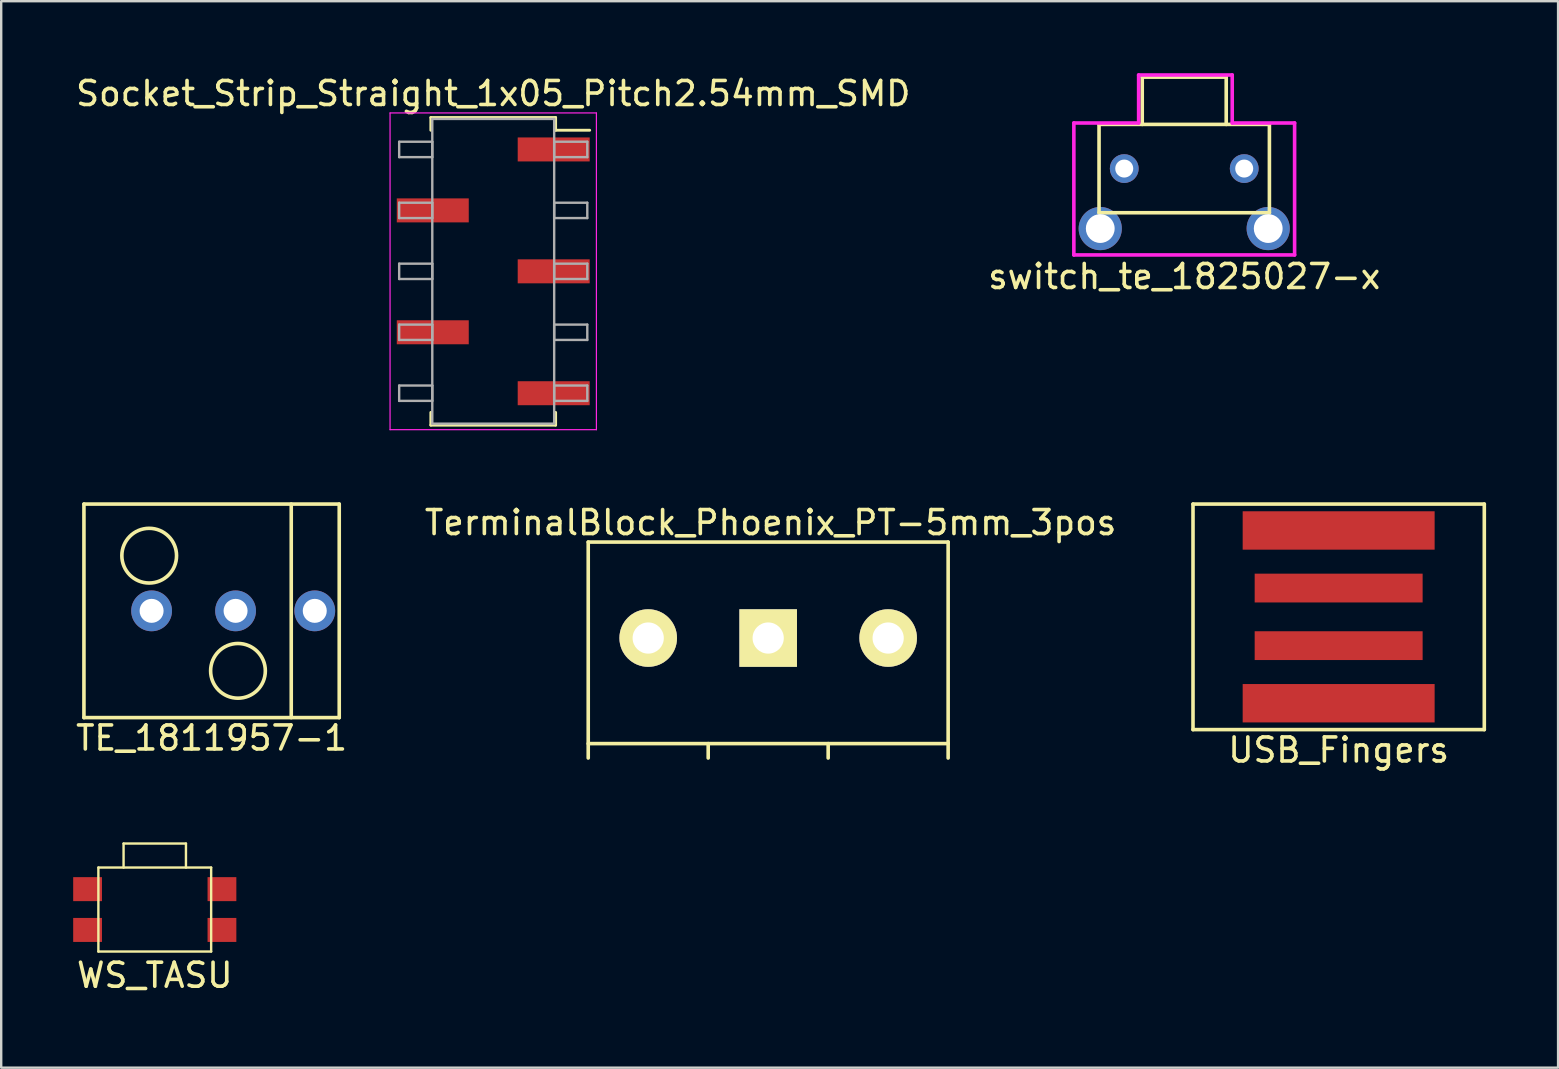
<source format=kicad_pcb>
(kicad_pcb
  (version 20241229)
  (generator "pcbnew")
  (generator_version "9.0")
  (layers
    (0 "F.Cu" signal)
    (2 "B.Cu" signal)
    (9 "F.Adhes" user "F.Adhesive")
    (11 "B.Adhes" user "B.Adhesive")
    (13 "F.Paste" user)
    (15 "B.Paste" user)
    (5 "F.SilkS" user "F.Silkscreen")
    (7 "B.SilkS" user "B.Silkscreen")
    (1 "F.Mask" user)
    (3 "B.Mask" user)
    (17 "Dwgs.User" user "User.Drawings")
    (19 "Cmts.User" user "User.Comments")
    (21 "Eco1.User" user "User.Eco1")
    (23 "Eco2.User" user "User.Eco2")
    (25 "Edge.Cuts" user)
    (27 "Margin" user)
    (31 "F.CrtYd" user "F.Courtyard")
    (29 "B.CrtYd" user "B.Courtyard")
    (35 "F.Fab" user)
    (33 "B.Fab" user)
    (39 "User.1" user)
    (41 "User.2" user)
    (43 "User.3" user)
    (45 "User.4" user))
  (footprint "TerminalBlock_Phoenix_PT-5mm_3pos"
    (layer "F.Cu")
    (at 23.965 23.541)
    (property "Reference" "TerminalBlock_Phoenix_PT-5mm_3pos" (at 5.1 -4.81 0) (layer "F.SilkS") (effects (font (size 1 1) (thickness 0.15))))
    (attr through_hole)
    (fp_line (start -2.5 -4) (end -2.5 5) (stroke (width 0.15) (type solid)) (layer "F.SilkS"))
    (fp_line (start -2.5 4.4) (end 12.5 4.4) (stroke (width 0.15) (type solid)) (layer "F.SilkS"))
    (fp_line (start 2.5 4.4) (end 2.5 5) (stroke (width 0.15) (type solid)) (layer "F.SilkS"))
    (fp_line (start 7.5 4.4) (end 7.5 5) (stroke (width 0.15) (type solid)) (layer "F.SilkS"))
    (fp_line (start 12.5 -4) (end -2.5 -4) (stroke (width 0.15) (type solid)) (layer "F.SilkS"))
    (fp_line (start 12.5 5) (end 12.5 -4) (stroke (width 0.15) (type solid)) (layer "F.SilkS"))
    (pad "1" thru_hole circle (at 0 0) (size 2.4 2.4) (drill 1.3) (layers "*.Cu" "*.Mask" "F.SilkS"))
    (pad "2" thru_hole rect (at 5 0) (size 2.4 2.4) (drill 1.3) (layers "*.Cu" "*.Mask" "F.SilkS"))
    (pad "3" thru_hole circle (at 10 0) (size 2.4 2.4) (drill 1.3) (layers "*.Cu" "*.Mask" "F.SilkS")))
  (footprint "USB_Fingers"
    (layer "F.Cu")
    (at 52.74 22.658)
    (property "Reference" "USB_Fingers" (at 0 5.55 0) (layer "F.SilkS") (effects (font (size 1 1) (thickness 0.15))))
    (attr through_hole)
    (fp_line (start -6.07 -4.7) (end 6.07 -4.7) (stroke (width 0.15) (type solid)) (layer "F.SilkS"))
    (fp_line (start -6.07 4.7) (end -6.07 -4.7) (stroke (width 0.15) (type solid)) (layer "F.SilkS"))
    (fp_line (start 6.07 -4.7) (end 6.07 4.7) (stroke (width 0.15) (type solid)) (layer "F.SilkS"))
    (fp_line (start 6.07 4.7) (end -6.07 4.7) (stroke (width 0.15) (type solid)) (layer "F.SilkS"))
    (pad "1" smd rect (at 0 -3.6) (size 8 1.6) (layers "F.Cu" "F.Mask" "F.Paste"))
    (pad "2" smd rect (at 0 -1.2) (size 7 1.2) (layers "F.Cu" "F.Mask" "F.Paste"))
    (pad "3" smd rect (at 0 1.2) (size 7 1.2) (layers "F.Cu" "F.Mask" "F.Paste"))
    (pad "4" smd rect (at 0 3.6) (size 8 1.6) (layers "F.Cu" "F.Mask" "F.Paste")))
  (footprint "WS_TASU"
    (layer "F.Cu")
    (at 3.4 34.856)
    (property "Reference" "WS_TASU" (at 0 2.74 0) (layer "F.SilkS") (effects (font (size 1 1) (thickness 0.15))))
    (attr through_hole)
    (fp_line (start -2.35 -1.75) (end 2.35 -1.75) (stroke (width 0.1) (type solid)) (layer "F.SilkS"))
    (fp_line (start -2.35 1.75) (end -2.35 -1.75) (stroke (width 0.1) (type solid)) (layer "F.SilkS"))
    (fp_line (start -1.3 -2.75) (end 1.3 -2.75) (stroke (width 0.1) (type solid)) (layer "F.SilkS"))
    (fp_line (start -1.3 -1.75) (end -1.3 -2.75) (stroke (width 0.1) (type solid)) (layer "F.SilkS"))
    (fp_line (start 1.3 -2.75) (end 1.3 -1.75) (stroke (width 0.1) (type solid)) (layer "F.SilkS"))
    (fp_line (start 2.35 -1.75) (end 2.35 1.75) (stroke (width 0.1) (type solid)) (layer "F.SilkS"))
    (fp_line (start 2.35 1.75) (end -2.35 1.75) (stroke (width 0.1) (type solid)) (layer "F.SilkS"))
    (pad "1" smd rect (at -2.8 -0.85) (size 1.2 1) (layers "F.Cu" "F.Mask" "F.Paste"))
    (pad "1" smd rect (at 2.8 -0.85) (size 1.2 1) (layers "F.Cu" "F.Mask" "F.Paste"))
    (pad "2" smd rect (at -2.8 0.85) (size 1.2 1) (layers "F.Cu" "F.Mask" "F.Paste"))
    (pad "2" smd rect (at 2.8 0.85) (size 1.2 1) (layers "F.Cu" "F.Mask" "F.Paste")))
  (footprint "TE_1811957-1"
    (layer "F.Cu")
    (at 5.768 22.408)
    (property "Reference" "TE_1811957-1" (at 0 5.3 0) (layer "F.SilkS") (effects (font (size 1 1) (thickness 0.15))))
    (attr through_hole)
    (fp_line (start -5.32 -4.45) (end 5.32 -4.45) (stroke (width 0.15) (type solid)) (layer "F.SilkS"))
    (fp_line (start -5.32 4.45) (end -5.32 -4.45) (stroke (width 0.15) (type solid)) (layer "F.SilkS"))
    (fp_line (start 3.32 4.45) (end 3.32 -4.45) (stroke (width 0.15) (type solid)) (layer "F.SilkS"))
    (fp_line (start 5.32 -4.45) (end 5.32 4.45) (stroke (width 0.15) (type solid)) (layer "F.SilkS"))
    (fp_line (start 5.32 4.45) (end -5.32 4.45) (stroke (width 0.15) (type solid)) (layer "F.SilkS"))
    (fp_circle (center -2.6 -2.3) (end -3.3 -3.2) (stroke (width 0.15) (type solid)) (fill no) (layer "F.SilkS"))
    (fp_circle (center 1.1 2.5) (end 0.4 1.6) (stroke (width 0.15) (type solid)) (fill no) (layer "F.SilkS"))
    (pad "1" thru_hole circle (at -2.5 0) (size 1.7 1.7) (drill 1) (layers "*.Cu" "*.Mask"))
    (pad "2" thru_hole circle (at 1 0) (size 1.7 1.7) (drill 1) (layers "*.Cu" "*.Mask"))
    (pad "3" thru_hole circle (at 4.3 0) (size 1.7 1.7) (drill 1) (layers "*.Cu" "*.Mask")))
  (footprint "switch_te_1825027-x"
    (layer "F.Cu")
    (at 46.304 3.975)
    (property "Reference" "switch_te_1825027-x" (at 0 4.5 0) (layer "F.SilkS") (effects (font (size 1 1) (thickness 0.15))))
    (attr through_hole)
    (fp_line (start -3.55 -1.84) (end -3.55 1.84) (stroke (width 0.15) (type solid)) (layer "F.SilkS"))
    (fp_line (start -3.55 1.84) (end 3.55 1.84) (stroke (width 0.15) (type solid)) (layer "F.SilkS"))
    (fp_line (start -1.75 -3.81) (end 1.75 -3.81) (stroke (width 0.15) (type solid)) (layer "F.SilkS"))
    (fp_line (start -1.75 -1.84) (end -1.75 -3.81) (stroke (width 0.15) (type solid)) (layer "F.SilkS"))
    (fp_line (start 1.75 -3.81) (end 1.75 -1.84) (stroke (width 0.15) (type solid)) (layer "F.SilkS"))
    (fp_line (start 3.55 -1.84) (end -3.55 -1.84) (stroke (width 0.15) (type solid)) (layer "F.SilkS"))
    (fp_line (start 3.55 1.84) (end 3.55 -1.84) (stroke (width 0.15) (type solid)) (layer "F.SilkS"))
    (fp_line (start -4.6 -1.9) (end -4.6 3.6) (stroke (width 0.15) (type solid)) (layer "F.CrtYd"))
    (fp_line (start -4.6 3.6) (end 4.6 3.6) (stroke (width 0.15) (type solid)) (layer "F.CrtYd"))
    (fp_line (start -1.9 -3.9) (end -1.9 -1.9) (stroke (width 0.15) (type solid)) (layer "F.CrtYd"))
    (fp_line (start -1.9 -1.9) (end -4.6 -1.9) (stroke (width 0.15) (type solid)) (layer "F.CrtYd"))
    (fp_line (start 2 -3.9) (end -1.9 -3.9) (stroke (width 0.15) (type solid)) (layer "F.CrtYd"))
    (fp_line (start 2 -1.9) (end 2 -3.9) (stroke (width 0.15) (type solid)) (layer "F.CrtYd"))
    (fp_line (start 4.6 -1.9) (end 2 -1.9) (stroke (width 0.15) (type solid)) (layer "F.CrtYd"))
    (fp_line (start 4.6 3.6) (end 4.6 -1.9) (stroke (width 0.15) (type solid)) (layer "F.CrtYd"))
    (pad "1" thru_hole circle (at 2.5 0) (size 1.2 1.2) (drill 0.75) (layers "*.Cu" "*.Mask"))
    (pad "2" thru_hole circle (at -2.5 0) (size 1.2 1.2) (drill 0.75) (layers "*.Cu" "*.Mask"))
    (pad "S" thru_hole circle (at -3.5 2.5) (size 1.8 1.8) (drill 1.2) (layers "*.Cu" "*.Mask"))
    (pad "S" thru_hole circle (at 3.5 2.5) (size 1.8 1.8) (drill 1.2) (layers "*.Cu" "*.Mask")))
  (footprint "Socket_Strip_Straight_1x05_Pitch2.54mm_SMD"
    (layer "F.Cu")
    (at 17.506 8.258)
    (property "Reference" "Socket_Strip_Straight_1x05_Pitch2.54mm_SMD" (at 0 -7.41 0) (layer "F.SilkS") (effects (font (size 1 1) (thickness 0.15))))
    (attr smd)
    (fp_line (start -2.6 -6.41) (end 2.6 -6.41) (stroke (width 0.12) (type solid)) (layer "F.SilkS"))
    (fp_line (start -2.6 -5.88) (end -2.6 -6.41) (stroke (width 0.12) (type solid)) (layer "F.SilkS"))
    (fp_line (start -2.6 5.88) (end -2.6 6.41) (stroke (width 0.12) (type solid)) (layer "F.SilkS"))
    (fp_line (start -2.6 6.41) (end 2.6 6.41) (stroke (width 0.12) (type solid)) (layer "F.SilkS"))
    (fp_line (start 2.6 -6.41) (end 2.6 -5.88) (stroke (width 0.12) (type solid)) (layer "F.SilkS"))
    (fp_line (start 2.6 6.41) (end 2.6 5.88) (stroke (width 0.12) (type solid)) (layer "F.SilkS"))
    (fp_line (start 4.02 -5.88) (end 2.6 -5.88) (stroke (width 0.12) (type solid)) (layer "F.SilkS"))
    (fp_line (start -4.3 -6.6) (end -4.3 6.6) (stroke (width 0.05) (type solid)) (layer "F.CrtYd"))
    (fp_line (start -4.3 6.6) (end 4.3 6.6) (stroke (width 0.05) (type solid)) (layer "F.CrtYd"))
    (fp_line (start 4.3 -6.6) (end -4.3 -6.6) (stroke (width 0.05) (type solid)) (layer "F.CrtYd"))
    (fp_line (start 4.3 6.6) (end 4.3 -6.6) (stroke (width 0.05) (type solid)) (layer "F.CrtYd"))
    (fp_line (start -3.92 -5.4) (end -2.54 -5.4) (stroke (width 0.1) (type solid)) (layer "F.Fab"))
    (fp_line (start -3.92 -4.76) (end -3.92 -5.4) (stroke (width 0.1) (type solid)) (layer "F.Fab"))
    (fp_line (start -3.92 -2.86) (end -2.54 -2.86) (stroke (width 0.1) (type solid)) (layer "F.Fab"))
    (fp_line (start -3.92 -2.22) (end -3.92 -2.86) (stroke (width 0.1) (type solid)) (layer "F.Fab"))
    (fp_line (start -3.92 -0.32) (end -2.54 -0.32) (stroke (width 0.1) (type solid)) (layer "F.Fab"))
    (fp_line (start -3.92 0.32) (end -3.92 -0.32) (stroke (width 0.1) (type solid)) (layer "F.Fab"))
    (fp_line (start -3.92 2.22) (end -2.54 2.22) (stroke (width 0.1) (type solid)) (layer "F.Fab"))
    (fp_line (start -3.92 2.86) (end -3.92 2.22) (stroke (width 0.1) (type solid)) (layer "F.Fab"))
    (fp_line (start -3.92 4.76) (end -2.54 4.76) (stroke (width 0.1) (type solid)) (layer "F.Fab"))
    (fp_line (start -3.92 5.4) (end -3.92 4.76) (stroke (width 0.1) (type solid)) (layer "F.Fab"))
    (fp_line (start -2.54 -6.35) (end -2.54 6.35) (stroke (width 0.1) (type solid)) (layer "F.Fab"))
    (fp_line (start -2.54 -5.4) (end -2.54 -4.76) (stroke (width 0.1) (type solid)) (layer "F.Fab"))
    (fp_line (start -2.54 -4.76) (end -3.92 -4.76) (stroke (width 0.1) (type solid)) (layer "F.Fab"))
    (fp_line (start -2.54 -2.86) (end -2.54 -2.22) (stroke (width 0.1) (type solid)) (layer "F.Fab"))
    (fp_line (start -2.54 -2.22) (end -3.92 -2.22) (stroke (width 0.1) (type solid)) (layer "F.Fab"))
    (fp_line (start -2.54 -0.32) (end -2.54 0.32) (stroke (width 0.1) (type solid)) (layer "F.Fab"))
    (fp_line (start -2.54 0.32) (end -3.92 0.32) (stroke (width 0.1) (type solid)) (layer "F.Fab"))
    (fp_line (start -2.54 2.22) (end -2.54 2.86) (stroke (width 0.1) (type solid)) (layer "F.Fab"))
    (fp_line (start -2.54 2.86) (end -3.92 2.86) (stroke (width 0.1) (type solid)) (layer "F.Fab"))
    (fp_line (start -2.54 4.76) (end -2.54 5.4) (stroke (width 0.1) (type solid)) (layer "F.Fab"))
    (fp_line (start -2.54 5.4) (end -3.92 5.4) (stroke (width 0.1) (type solid)) (layer "F.Fab"))
    (fp_line (start -2.54 6.35) (end 2.54 6.35) (stroke (width 0.1) (type solid)) (layer "F.Fab"))
    (fp_line (start 2.54 -6.35) (end -2.54 -6.35) (stroke (width 0.1) (type solid)) (layer "F.Fab"))
    (fp_line (start 2.54 -5.4) (end 2.54 -4.76) (stroke (width 0.1) (type solid)) (layer "F.Fab"))
    (fp_line (start 2.54 -4.76) (end 3.92 -4.76) (stroke (width 0.1) (type solid)) (layer "F.Fab"))
    (fp_line (start 2.54 -2.86) (end 2.54 -2.22) (stroke (width 0.1) (type solid)) (layer "F.Fab"))
    (fp_line (start 2.54 -2.22) (end 3.92 -2.22) (stroke (width 0.1) (type solid)) (layer "F.Fab"))
    (fp_line (start 2.54 -0.32) (end 2.54 0.32) (stroke (width 0.1) (type solid)) (layer "F.Fab"))
    (fp_line (start 2.54 0.32) (end 3.92 0.32) (stroke (width 0.1) (type solid)) (layer "F.Fab"))
    (fp_line (start 2.54 2.22) (end 2.54 2.86) (stroke (width 0.1) (type solid)) (layer "F.Fab"))
    (fp_line (start 2.54 2.86) (end 3.92 2.86) (stroke (width 0.1) (type solid)) (layer "F.Fab"))
    (fp_line (start 2.54 4.76) (end 2.54 5.4) (stroke (width 0.1) (type solid)) (layer "F.Fab"))
    (fp_line (start 2.54 5.4) (end 3.92 5.4) (stroke (width 0.1) (type solid)) (layer "F.Fab"))
    (fp_line (start 2.54 6.35) (end 2.54 -6.35) (stroke (width 0.1) (type solid)) (layer "F.Fab"))
    (fp_line (start 3.92 -5.4) (end 2.54 -5.4) (stroke (width 0.1) (type solid)) (layer "F.Fab"))
    (fp_line (start 3.92 -4.76) (end 3.92 -5.4) (stroke (width 0.1) (type solid)) (layer "F.Fab"))
    (fp_line (start 3.92 -2.86) (end 2.54 -2.86) (stroke (width 0.1) (type solid)) (layer "F.Fab"))
    (fp_line (start 3.92 -2.22) (end 3.92 -2.86) (stroke (width 0.1) (type solid)) (layer "F.Fab"))
    (fp_line (start 3.92 -0.32) (end 2.54 -0.32) (stroke (width 0.1) (type solid)) (layer "F.Fab"))
    (fp_line (start 3.92 0.32) (end 3.92 -0.32) (stroke (width 0.1) (type solid)) (layer "F.Fab"))
    (fp_line (start 3.92 2.22) (end 2.54 2.22) (stroke (width 0.1) (type solid)) (layer "F.Fab"))
    (fp_line (start 3.92 2.86) (end 3.92 2.22) (stroke (width 0.1) (type solid)) (layer "F.Fab"))
    (fp_line (start 3.92 4.76) (end 2.54 4.76) (stroke (width 0.1) (type solid)) (layer "F.Fab"))
    (fp_line (start 3.92 5.4) (end 3.92 4.76) (stroke (width 0.1) (type solid)) (layer "F.Fab"))
    (pad "1" smd rect (at 2.52 -5.08) (size 3 1) (layers "F.Cu" "F.Mask"))
    (pad "2" smd rect (at -2.52 -2.54) (size 3 1) (layers "F.Cu" "F.Mask"))
    (pad "3" smd rect (at 2.52 0) (size 3 1) (layers "F.Cu" "F.Mask"))
    (pad "4" smd rect (at -2.52 2.54) (size 3 1) (layers "F.Cu" "F.Mask"))
    (pad "5" smd rect (at 2.52 5.08) (size 3 1) (layers "F.Cu" "F.Mask")))
  (gr_rect
    (start -3 -3)
    (end 61.885 41.445)
    (stroke (width 0.1) (type default))
    (fill no)
    (layer "Edge.Cuts")))
</source>
